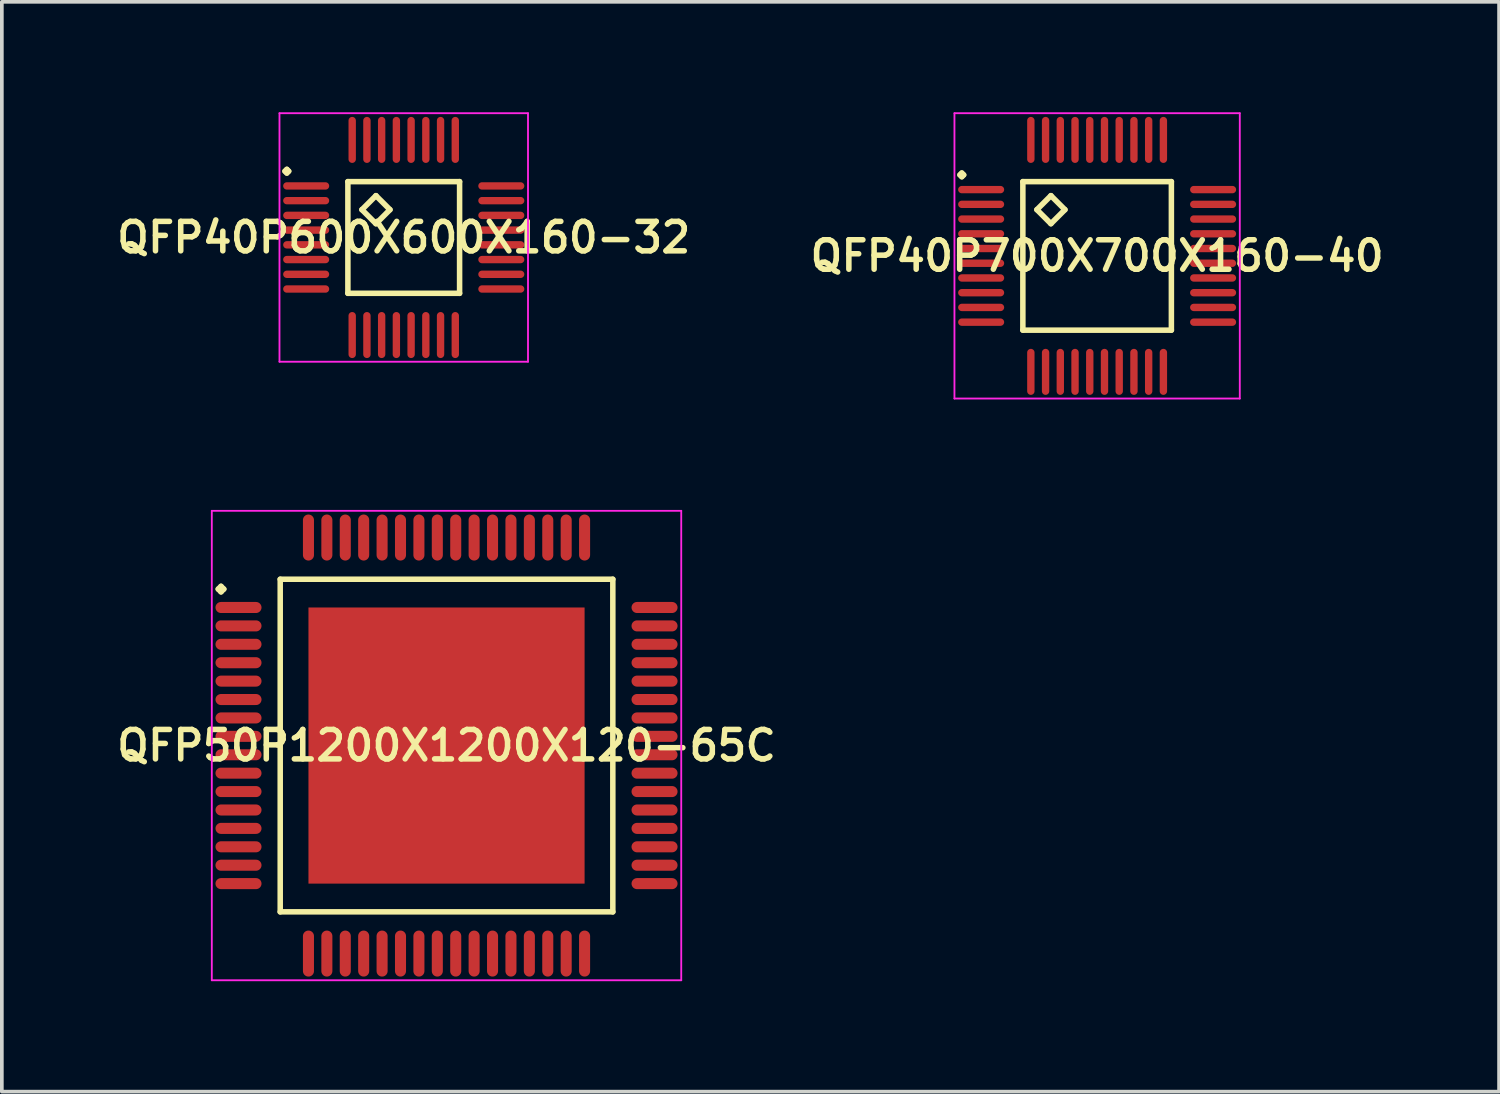
<source format=kicad_pcb>
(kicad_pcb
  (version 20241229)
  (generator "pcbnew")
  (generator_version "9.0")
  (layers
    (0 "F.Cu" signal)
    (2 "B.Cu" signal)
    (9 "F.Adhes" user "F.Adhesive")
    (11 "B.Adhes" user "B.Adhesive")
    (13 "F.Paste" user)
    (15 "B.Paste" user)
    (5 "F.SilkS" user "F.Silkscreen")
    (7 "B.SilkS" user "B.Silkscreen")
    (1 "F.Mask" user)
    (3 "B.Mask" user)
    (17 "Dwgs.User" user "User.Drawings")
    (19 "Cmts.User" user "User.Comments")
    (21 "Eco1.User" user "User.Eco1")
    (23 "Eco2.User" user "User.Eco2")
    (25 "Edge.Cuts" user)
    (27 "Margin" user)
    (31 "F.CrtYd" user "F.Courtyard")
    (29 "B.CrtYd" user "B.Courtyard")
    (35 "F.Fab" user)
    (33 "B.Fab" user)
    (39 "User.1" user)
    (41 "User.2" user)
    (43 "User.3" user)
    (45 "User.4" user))
  (footprint "QFP50P1200X1200X120-65C"
    (layer "F.Cu")
    (at 9.078 17.2)
    (property "Reference" "QFP50P1200X1200X120-65C" (at 0 0 0) (layer "F.SilkS") (effects (font (size 0.8 0.8) (thickness 0.15))))
    (attr smd)
    (fp_line (start -6.2 -4.25) (end -6.125 -4.325) (stroke (width 0.15) (type solid)) (layer "F.SilkS"))
    (fp_line (start -6.125 -4.325) (end -6.05 -4.25) (stroke (width 0.15) (type solid)) (layer "F.SilkS"))
    (fp_line (start -6.125 -4.175) (end -6.2 -4.25) (stroke (width 0.15) (type solid)) (layer "F.SilkS"))
    (fp_line (start -6.05 -4.25) (end -6.125 -4.175) (stroke (width 0.15) (type solid)) (layer "F.SilkS"))
    (fp_line (start -4.517 -4.517) (end -4.517 4.517) (stroke (width 0.15) (type solid)) (layer "F.SilkS"))
    (fp_line (start -4.517 4.517) (end 4.517 4.517) (stroke (width 0.15) (type solid)) (layer "F.SilkS"))
    (fp_line (start 4.517 -4.517) (end -4.517 -4.517) (stroke (width 0.15) (type solid)) (layer "F.SilkS"))
    (fp_line (start 4.517 4.517) (end 4.517 -4.517) (stroke (width 0.15) (type solid)) (layer "F.SilkS"))
    (fp_line (start -6.375 -6.375) (end 6.375 -6.375) (stroke (width 0.05) (type solid)) (layer "F.CrtYd"))
    (fp_line (start -6.375 6.375) (end -6.375 -6.375) (stroke (width 0.05) (type solid)) (layer "F.CrtYd"))
    (fp_line (start 6.375 -6.375) (end 6.375 6.375) (stroke (width 0.05) (type solid)) (layer "F.CrtYd"))
    (fp_line (start 6.375 6.375) (end -6.375 6.375) (stroke (width 0.05) (type solid)) (layer "F.CrtYd"))
    (pad "1" smd oval (at -5.65 -3.75) (size 1.25 0.3) (layers "F.Cu" "F.Mask" "F.Paste"))
    (pad "2" smd oval (at -5.65 -3.25) (size 1.25 0.3) (layers "F.Cu" "F.Mask" "F.Paste"))
    (pad "3" smd oval (at -5.65 -2.75) (size 1.25 0.3) (layers "F.Cu" "F.Mask" "F.Paste"))
    (pad "4" smd oval (at -5.65 -2.25) (size 1.25 0.3) (layers "F.Cu" "F.Mask" "F.Paste"))
    (pad "5" smd oval (at -5.65 -1.75) (size 1.25 0.3) (layers "F.Cu" "F.Mask" "F.Paste"))
    (pad "6" smd oval (at -5.65 -1.25) (size 1.25 0.3) (layers "F.Cu" "F.Mask" "F.Paste"))
    (pad "7" smd oval (at -5.65 -0.75) (size 1.25 0.3) (layers "F.Cu" "F.Mask" "F.Paste"))
    (pad "8" smd oval (at -5.65 -0.25) (size 1.25 0.3) (layers "F.Cu" "F.Mask" "F.Paste"))
    (pad "9" smd oval (at -5.65 0.25) (size 1.25 0.3) (layers "F.Cu" "F.Mask" "F.Paste"))
    (pad "10" smd oval (at -5.65 0.75) (size 1.25 0.3) (layers "F.Cu" "F.Mask" "F.Paste"))
    (pad "11" smd oval (at -5.65 1.25) (size 1.25 0.3) (layers "F.Cu" "F.Mask" "F.Paste"))
    (pad "12" smd oval (at -5.65 1.75) (size 1.25 0.3) (layers "F.Cu" "F.Mask" "F.Paste"))
    (pad "13" smd oval (at -5.65 2.25) (size 1.25 0.3) (layers "F.Cu" "F.Mask" "F.Paste"))
    (pad "14" smd oval (at -5.65 2.75) (size 1.25 0.3) (layers "F.Cu" "F.Mask" "F.Paste"))
    (pad "15" smd oval (at -5.65 3.25) (size 1.25 0.3) (layers "F.Cu" "F.Mask" "F.Paste"))
    (pad "16" smd oval (at -5.65 3.75) (size 1.25 0.3) (layers "F.Cu" "F.Mask" "F.Paste"))
    (pad "17" smd oval (at -3.75 5.65) (size 0.3 1.25) (layers "F.Cu" "F.Mask" "F.Paste"))
    (pad "18" smd oval (at -3.25 5.65) (size 0.3 1.25) (layers "F.Cu" "F.Mask" "F.Paste"))
    (pad "19" smd oval (at -2.75 5.65) (size 0.3 1.25) (layers "F.Cu" "F.Mask" "F.Paste"))
    (pad "20" smd oval (at -2.25 5.65) (size 0.3 1.25) (layers "F.Cu" "F.Mask" "F.Paste"))
    (pad "21" smd oval (at -1.75 5.65) (size 0.3 1.25) (layers "F.Cu" "F.Mask" "F.Paste"))
    (pad "22" smd oval (at -1.25 5.65) (size 0.3 1.25) (layers "F.Cu" "F.Mask" "F.Paste"))
    (pad "23" smd oval (at -0.75 5.65) (size 0.3 1.25) (layers "F.Cu" "F.Mask" "F.Paste"))
    (pad "24" smd oval (at -0.25 5.65) (size 0.3 1.25) (layers "F.Cu" "F.Mask" "F.Paste"))
    (pad "25" smd oval (at 0.25 5.65) (size 0.3 1.25) (layers "F.Cu" "F.Mask" "F.Paste"))
    (pad "26" smd oval (at 0.75 5.65) (size 0.3 1.25) (layers "F.Cu" "F.Mask" "F.Paste"))
    (pad "27" smd oval (at 1.25 5.65) (size 0.3 1.25) (layers "F.Cu" "F.Mask" "F.Paste"))
    (pad "28" smd oval (at 1.75 5.65) (size 0.3 1.25) (layers "F.Cu" "F.Mask" "F.Paste"))
    (pad "29" smd oval (at 2.25 5.65) (size 0.3 1.25) (layers "F.Cu" "F.Mask" "F.Paste"))
    (pad "30" smd oval (at 2.75 5.65) (size 0.3 1.25) (layers "F.Cu" "F.Mask" "F.Paste"))
    (pad "31" smd oval (at 3.25 5.65) (size 0.3 1.25) (layers "F.Cu" "F.Mask" "F.Paste"))
    (pad "32" smd oval (at 3.75 5.65) (size 0.3 1.25) (layers "F.Cu" "F.Mask" "F.Paste"))
    (pad "33" smd oval (at 5.65 3.75) (size 1.25 0.3) (layers "F.Cu" "F.Mask" "F.Paste"))
    (pad "34" smd oval (at 5.65 3.25) (size 1.25 0.3) (layers "F.Cu" "F.Mask" "F.Paste"))
    (pad "35" smd oval (at 5.65 2.75) (size 1.25 0.3) (layers "F.Cu" "F.Mask" "F.Paste"))
    (pad "36" smd oval (at 5.65 2.25) (size 1.25 0.3) (layers "F.Cu" "F.Mask" "F.Paste"))
    (pad "37" smd oval (at 5.65 1.75) (size 1.25 0.3) (layers "F.Cu" "F.Mask" "F.Paste"))
    (pad "38" smd oval (at 5.65 1.25) (size 1.25 0.3) (layers "F.Cu" "F.Mask" "F.Paste"))
    (pad "39" smd oval (at 5.65 0.75) (size 1.25 0.3) (layers "F.Cu" "F.Mask" "F.Paste"))
    (pad "40" smd oval (at 5.65 0.25) (size 1.25 0.3) (layers "F.Cu" "F.Mask" "F.Paste"))
    (pad "41" smd oval (at 5.65 -0.25) (size 1.25 0.3) (layers "F.Cu" "F.Mask" "F.Paste"))
    (pad "42" smd oval (at 5.65 -0.75) (size 1.25 0.3) (layers "F.Cu" "F.Mask" "F.Paste"))
    (pad "43" smd oval (at 5.65 -1.25) (size 1.25 0.3) (layers "F.Cu" "F.Mask" "F.Paste"))
    (pad "44" smd oval (at 5.65 -1.75) (size 1.25 0.3) (layers "F.Cu" "F.Mask" "F.Paste"))
    (pad "45" smd oval (at 5.65 -2.25) (size 1.25 0.3) (layers "F.Cu" "F.Mask" "F.Paste"))
    (pad "46" smd oval (at 5.65 -2.75) (size 1.25 0.3) (layers "F.Cu" "F.Mask" "F.Paste"))
    (pad "47" smd oval (at 5.65 -3.25) (size 1.25 0.3) (layers "F.Cu" "F.Mask" "F.Paste"))
    (pad "48" smd oval (at 5.65 -3.75) (size 1.25 0.3) (layers "F.Cu" "F.Mask" "F.Paste"))
    (pad "49" smd oval (at 3.75 -5.65) (size 0.3 1.25) (layers "F.Cu" "F.Mask" "F.Paste"))
    (pad "50" smd oval (at 3.25 -5.65) (size 0.3 1.25) (layers "F.Cu" "F.Mask" "F.Paste"))
    (pad "51" smd oval (at 2.75 -5.65) (size 0.3 1.25) (layers "F.Cu" "F.Mask" "F.Paste"))
    (pad "52" smd oval (at 2.25 -5.65) (size 0.3 1.25) (layers "F.Cu" "F.Mask" "F.Paste"))
    (pad "53" smd oval (at 1.75 -5.65) (size 0.3 1.25) (layers "F.Cu" "F.Mask" "F.Paste"))
    (pad "54" smd oval (at 1.25 -5.65) (size 0.3 1.25) (layers "F.Cu" "F.Mask" "F.Paste"))
    (pad "55" smd oval (at 0.75 -5.65) (size 0.3 1.25) (layers "F.Cu" "F.Mask" "F.Paste"))
    (pad "56" smd oval (at 0.25 -5.65) (size 0.3 1.25) (layers "F.Cu" "F.Mask" "F.Paste"))
    (pad "57" smd oval (at -0.25 -5.65) (size 0.3 1.25) (layers "F.Cu" "F.Mask" "F.Paste"))
    (pad "58" smd oval (at -0.75 -5.65) (size 0.3 1.25) (layers "F.Cu" "F.Mask" "F.Paste"))
    (pad "59" smd oval (at -1.25 -5.65) (size 0.3 1.25) (layers "F.Cu" "F.Mask" "F.Paste"))
    (pad "60" smd oval (at -1.75 -5.65) (size 0.3 1.25) (layers "F.Cu" "F.Mask" "F.Paste"))
    (pad "61" smd oval (at -2.25 -5.65) (size 0.3 1.25) (layers "F.Cu" "F.Mask" "F.Paste"))
    (pad "62" smd oval (at -2.75 -5.65) (size 0.3 1.25) (layers "F.Cu" "F.Mask" "F.Paste"))
    (pad "63" smd oval (at -3.25 -5.65) (size 0.3 1.25) (layers "F.Cu" "F.Mask" "F.Paste"))
    (pad "64" smd oval (at -3.75 -5.65) (size 0.3 1.25) (layers "F.Cu" "F.Mask" "F.Paste"))
    (pad "65" smd rect (at 0 0) (size 7.5 7.5) (layers "F.Cu" "F.Mask" "F.Paste")))
  (footprint "QFP40P600X600X160-32"
    (layer "F.Cu")
    (at 7.916 3.4)
    (property "Reference" "QFP40P600X600X160-32" (at 0 0 0) (layer "F.SilkS") (effects (font (size 0.8 0.8) (thickness 0.15))))
    (attr smd)
    (fp_line (start -3.225 -1.8) (end -3.175 -1.85) (stroke (width 0.15) (type solid)) (layer "F.SilkS"))
    (fp_line (start -3.175 -1.85) (end -3.125 -1.8) (stroke (width 0.15) (type solid)) (layer "F.SilkS"))
    (fp_line (start -3.175 -1.75) (end -3.225 -1.8) (stroke (width 0.15) (type solid)) (layer "F.SilkS"))
    (fp_line (start -3.125 -1.8) (end -3.175 -1.75) (stroke (width 0.15) (type solid)) (layer "F.SilkS"))
    (fp_line (start -1.517 -1.517) (end -1.517 1.517) (stroke (width 0.15) (type solid)) (layer "F.SilkS"))
    (fp_line (start -1.517 1.517) (end 1.517 1.517) (stroke (width 0.15) (type solid)) (layer "F.SilkS"))
    (fp_line (start -1.136 -0.755) (end -0.755 -1.136) (stroke (width 0.15) (type solid)) (layer "F.SilkS"))
    (fp_line (start -0.755 -1.136) (end -0.374 -0.755) (stroke (width 0.15) (type solid)) (layer "F.SilkS"))
    (fp_line (start -0.755 -0.374) (end -1.136 -0.755) (stroke (width 0.15) (type solid)) (layer "F.SilkS"))
    (fp_line (start -0.374 -0.755) (end -0.755 -0.374) (stroke (width 0.15) (type solid)) (layer "F.SilkS"))
    (fp_line (start 1.517 -1.517) (end -1.517 -1.517) (stroke (width 0.15) (type solid)) (layer "F.SilkS"))
    (fp_line (start 1.517 1.517) (end 1.517 -1.517) (stroke (width 0.15) (type solid)) (layer "F.SilkS"))
    (fp_line (start -3.375 -3.375) (end 3.375 -3.375) (stroke (width 0.05) (type solid)) (layer "F.CrtYd"))
    (fp_line (start -3.375 3.375) (end -3.375 -3.375) (stroke (width 0.05) (type solid)) (layer "F.CrtYd"))
    (fp_line (start 3.375 -3.375) (end 3.375 3.375) (stroke (width 0.05) (type solid)) (layer "F.CrtYd"))
    (fp_line (start 3.375 3.375) (end -3.375 3.375) (stroke (width 0.05) (type solid)) (layer "F.CrtYd"))
    (pad "1" smd oval (at -2.65 -1.4) (size 1.25 0.2) (layers "F.Cu" "F.Mask" "F.Paste"))
    (pad "2" smd oval (at -2.65 -1) (size 1.25 0.2) (layers "F.Cu" "F.Mask" "F.Paste"))
    (pad "3" smd oval (at -2.65 -0.6) (size 1.25 0.2) (layers "F.Cu" "F.Mask" "F.Paste"))
    (pad "4" smd oval (at -2.65 -0.2) (size 1.25 0.2) (layers "F.Cu" "F.Mask" "F.Paste"))
    (pad "5" smd oval (at -2.65 0.2) (size 1.25 0.2) (layers "F.Cu" "F.Mask" "F.Paste"))
    (pad "6" smd oval (at -2.65 0.6) (size 1.25 0.2) (layers "F.Cu" "F.Mask" "F.Paste"))
    (pad "7" smd oval (at -2.65 1) (size 1.25 0.2) (layers "F.Cu" "F.Mask" "F.Paste"))
    (pad "8" smd oval (at -2.65 1.4) (size 1.25 0.2) (layers "F.Cu" "F.Mask" "F.Paste"))
    (pad "9" smd oval (at -1.4 2.65) (size 0.2 1.25) (layers "F.Cu" "F.Mask" "F.Paste"))
    (pad "10" smd oval (at -1 2.65) (size 0.2 1.25) (layers "F.Cu" "F.Mask" "F.Paste"))
    (pad "11" smd oval (at -0.6 2.65) (size 0.2 1.25) (layers "F.Cu" "F.Mask" "F.Paste"))
    (pad "12" smd oval (at -0.2 2.65) (size 0.2 1.25) (layers "F.Cu" "F.Mask" "F.Paste"))
    (pad "13" smd oval (at 0.2 2.65) (size 0.2 1.25) (layers "F.Cu" "F.Mask" "F.Paste"))
    (pad "14" smd oval (at 0.6 2.65) (size 0.2 1.25) (layers "F.Cu" "F.Mask" "F.Paste"))
    (pad "15" smd oval (at 1 2.65) (size 0.2 1.25) (layers "F.Cu" "F.Mask" "F.Paste"))
    (pad "16" smd oval (at 1.4 2.65) (size 0.2 1.25) (layers "F.Cu" "F.Mask" "F.Paste"))
    (pad "17" smd oval (at 2.65 1.4) (size 1.25 0.2) (layers "F.Cu" "F.Mask" "F.Paste"))
    (pad "18" smd oval (at 2.65 1) (size 1.25 0.2) (layers "F.Cu" "F.Mask" "F.Paste"))
    (pad "19" smd oval (at 2.65 0.6) (size 1.25 0.2) (layers "F.Cu" "F.Mask" "F.Paste"))
    (pad "20" smd oval (at 2.65 0.2) (size 1.25 0.2) (layers "F.Cu" "F.Mask" "F.Paste"))
    (pad "21" smd oval (at 2.65 -0.2) (size 1.25 0.2) (layers "F.Cu" "F.Mask" "F.Paste"))
    (pad "22" smd oval (at 2.65 -0.6) (size 1.25 0.2) (layers "F.Cu" "F.Mask" "F.Paste"))
    (pad "23" smd oval (at 2.65 -1) (size 1.25 0.2) (layers "F.Cu" "F.Mask" "F.Paste"))
    (pad "24" smd oval (at 2.65 -1.4) (size 1.25 0.2) (layers "F.Cu" "F.Mask" "F.Paste"))
    (pad "25" smd oval (at 1.4 -2.65) (size 0.2 1.25) (layers "F.Cu" "F.Mask" "F.Paste"))
    (pad "26" smd oval (at 1 -2.65) (size 0.2 1.25) (layers "F.Cu" "F.Mask" "F.Paste"))
    (pad "27" smd oval (at 0.6 -2.65) (size 0.2 1.25) (layers "F.Cu" "F.Mask" "F.Paste"))
    (pad "28" smd oval (at 0.2 -2.65) (size 0.2 1.25) (layers "F.Cu" "F.Mask" "F.Paste"))
    (pad "29" smd oval (at -0.2 -2.65) (size 0.2 1.25) (layers "F.Cu" "F.Mask" "F.Paste"))
    (pad "30" smd oval (at -0.6 -2.65) (size 0.2 1.25) (layers "F.Cu" "F.Mask" "F.Paste"))
    (pad "31" smd oval (at -1 -2.65) (size 0.2 1.25) (layers "F.Cu" "F.Mask" "F.Paste"))
    (pad "32" smd oval (at -1.4 -2.65) (size 0.2 1.25) (layers "F.Cu" "F.Mask" "F.Paste")))
  (footprint "QFP40P700X700X160-40"
    (layer "F.Cu")
    (at 26.749 3.9)
    (property "Reference" "QFP40P700X700X160-40" (at 0 0 0) (layer "F.SilkS") (effects (font (size 0.8 0.8) (thickness 0.15))))
    (attr smd)
    (fp_line (start -3.725 -2.2) (end -3.675 -2.25) (stroke (width 0.15) (type solid)) (layer "F.SilkS"))
    (fp_line (start -3.675 -2.25) (end -3.625 -2.2) (stroke (width 0.15) (type solid)) (layer "F.SilkS"))
    (fp_line (start -3.675 -2.15) (end -3.725 -2.2) (stroke (width 0.15) (type solid)) (layer "F.SilkS"))
    (fp_line (start -3.625 -2.2) (end -3.675 -2.15) (stroke (width 0.15) (type solid)) (layer "F.SilkS"))
    (fp_line (start -2.017 -2.017) (end -2.017 2.017) (stroke (width 0.15) (type solid)) (layer "F.SilkS"))
    (fp_line (start -2.017 2.017) (end 2.017 2.017) (stroke (width 0.15) (type solid)) (layer "F.SilkS"))
    (fp_line (start -1.636 -1.255) (end -1.255 -1.636) (stroke (width 0.15) (type solid)) (layer "F.SilkS"))
    (fp_line (start -1.255 -1.636) (end -0.874 -1.255) (stroke (width 0.15) (type solid)) (layer "F.SilkS"))
    (fp_line (start -1.255 -0.874) (end -1.636 -1.255) (stroke (width 0.15) (type solid)) (layer "F.SilkS"))
    (fp_line (start -0.874 -1.255) (end -1.255 -0.874) (stroke (width 0.15) (type solid)) (layer "F.SilkS"))
    (fp_line (start 2.017 -2.017) (end -2.017 -2.017) (stroke (width 0.15) (type solid)) (layer "F.SilkS"))
    (fp_line (start 2.017 2.017) (end 2.017 -2.017) (stroke (width 0.15) (type solid)) (layer "F.SilkS"))
    (fp_line (start -3.875 -3.875) (end 3.875 -3.875) (stroke (width 0.05) (type solid)) (layer "F.CrtYd"))
    (fp_line (start -3.875 3.875) (end -3.875 -3.875) (stroke (width 0.05) (type solid)) (layer "F.CrtYd"))
    (fp_line (start 3.875 -3.875) (end 3.875 3.875) (stroke (width 0.05) (type solid)) (layer "F.CrtYd"))
    (fp_line (start 3.875 3.875) (end -3.875 3.875) (stroke (width 0.05) (type solid)) (layer "F.CrtYd"))
    (pad "1" smd oval (at -3.15 -1.8) (size 1.25 0.2) (layers "F.Cu" "F.Mask" "F.Paste"))
    (pad "2" smd oval (at -3.15 -1.4) (size 1.25 0.2) (layers "F.Cu" "F.Mask" "F.Paste"))
    (pad "3" smd oval (at -3.15 -1) (size 1.25 0.2) (layers "F.Cu" "F.Mask" "F.Paste"))
    (pad "4" smd oval (at -3.15 -0.6) (size 1.25 0.2) (layers "F.Cu" "F.Mask" "F.Paste"))
    (pad "5" smd oval (at -3.15 -0.2) (size 1.25 0.2) (layers "F.Cu" "F.Mask" "F.Paste"))
    (pad "6" smd oval (at -3.15 0.2) (size 1.25 0.2) (layers "F.Cu" "F.Mask" "F.Paste"))
    (pad "7" smd oval (at -3.15 0.6) (size 1.25 0.2) (layers "F.Cu" "F.Mask" "F.Paste"))
    (pad "8" smd oval (at -3.15 1) (size 1.25 0.2) (layers "F.Cu" "F.Mask" "F.Paste"))
    (pad "9" smd oval (at -3.15 1.4) (size 1.25 0.2) (layers "F.Cu" "F.Mask" "F.Paste"))
    (pad "10" smd oval (at -3.15 1.8) (size 1.25 0.2) (layers "F.Cu" "F.Mask" "F.Paste"))
    (pad "11" smd oval (at -1.8 3.15) (size 0.2 1.25) (layers "F.Cu" "F.Mask" "F.Paste"))
    (pad "12" smd oval (at -1.4 3.15) (size 0.2 1.25) (layers "F.Cu" "F.Mask" "F.Paste"))
    (pad "13" smd oval (at -1 3.15) (size 0.2 1.25) (layers "F.Cu" "F.Mask" "F.Paste"))
    (pad "14" smd oval (at -0.6 3.15) (size 0.2 1.25) (layers "F.Cu" "F.Mask" "F.Paste"))
    (pad "15" smd oval (at -0.2 3.15) (size 0.2 1.25) (layers "F.Cu" "F.Mask" "F.Paste"))
    (pad "16" smd oval (at 0.2 3.15) (size 0.2 1.25) (layers "F.Cu" "F.Mask" "F.Paste"))
    (pad "17" smd oval (at 0.6 3.15) (size 0.2 1.25) (layers "F.Cu" "F.Mask" "F.Paste"))
    (pad "18" smd oval (at 1 3.15) (size 0.2 1.25) (layers "F.Cu" "F.Mask" "F.Paste"))
    (pad "19" smd oval (at 1.4 3.15) (size 0.2 1.25) (layers "F.Cu" "F.Mask" "F.Paste"))
    (pad "20" smd oval (at 1.8 3.15) (size 0.2 1.25) (layers "F.Cu" "F.Mask" "F.Paste"))
    (pad "21" smd oval (at 3.15 1.8) (size 1.25 0.2) (layers "F.Cu" "F.Mask" "F.Paste"))
    (pad "22" smd oval (at 3.15 1.4) (size 1.25 0.2) (layers "F.Cu" "F.Mask" "F.Paste"))
    (pad "23" smd oval (at 3.15 1) (size 1.25 0.2) (layers "F.Cu" "F.Mask" "F.Paste"))
    (pad "24" smd oval (at 3.15 0.6) (size 1.25 0.2) (layers "F.Cu" "F.Mask" "F.Paste"))
    (pad "25" smd oval (at 3.15 0.2) (size 1.25 0.2) (layers "F.Cu" "F.Mask" "F.Paste"))
    (pad "26" smd oval (at 3.15 -0.2) (size 1.25 0.2) (layers "F.Cu" "F.Mask" "F.Paste"))
    (pad "27" smd oval (at 3.15 -0.6) (size 1.25 0.2) (layers "F.Cu" "F.Mask" "F.Paste"))
    (pad "28" smd oval (at 3.15 -1) (size 1.25 0.2) (layers "F.Cu" "F.Mask" "F.Paste"))
    (pad "29" smd oval (at 3.15 -1.4) (size 1.25 0.2) (layers "F.Cu" "F.Mask" "F.Paste"))
    (pad "30" smd oval (at 3.15 -1.8) (size 1.25 0.2) (layers "F.Cu" "F.Mask" "F.Paste"))
    (pad "31" smd oval (at 1.8 -3.15) (size 0.2 1.25) (layers "F.Cu" "F.Mask" "F.Paste"))
    (pad "32" smd oval (at 1.4 -3.15) (size 0.2 1.25) (layers "F.Cu" "F.Mask" "F.Paste"))
    (pad "33" smd oval (at 1 -3.15) (size 0.2 1.25) (layers "F.Cu" "F.Mask" "F.Paste"))
    (pad "34" smd oval (at 0.6 -3.15) (size 0.2 1.25) (layers "F.Cu" "F.Mask" "F.Paste"))
    (pad "35" smd oval (at 0.2 -3.15) (size 0.2 1.25) (layers "F.Cu" "F.Mask" "F.Paste"))
    (pad "36" smd oval (at -0.2 -3.15) (size 0.2 1.25) (layers "F.Cu" "F.Mask" "F.Paste"))
    (pad "37" smd oval (at -0.6 -3.15) (size 0.2 1.25) (layers "F.Cu" "F.Mask" "F.Paste"))
    (pad "38" smd oval (at -1 -3.15) (size 0.2 1.25) (layers "F.Cu" "F.Mask" "F.Paste"))
    (pad "39" smd oval (at -1.4 -3.15) (size 0.2 1.25) (layers "F.Cu" "F.Mask" "F.Paste"))
    (pad "40" smd oval (at -1.8 -3.15) (size 0.2 1.25) (layers "F.Cu" "F.Mask" "F.Paste")))
  (gr_rect
    (start -3 -3)
    (end 37.666 26.6)
    (stroke (width 0.1) (type default))
    (fill no)
    (layer "Edge.Cuts")))
</source>
